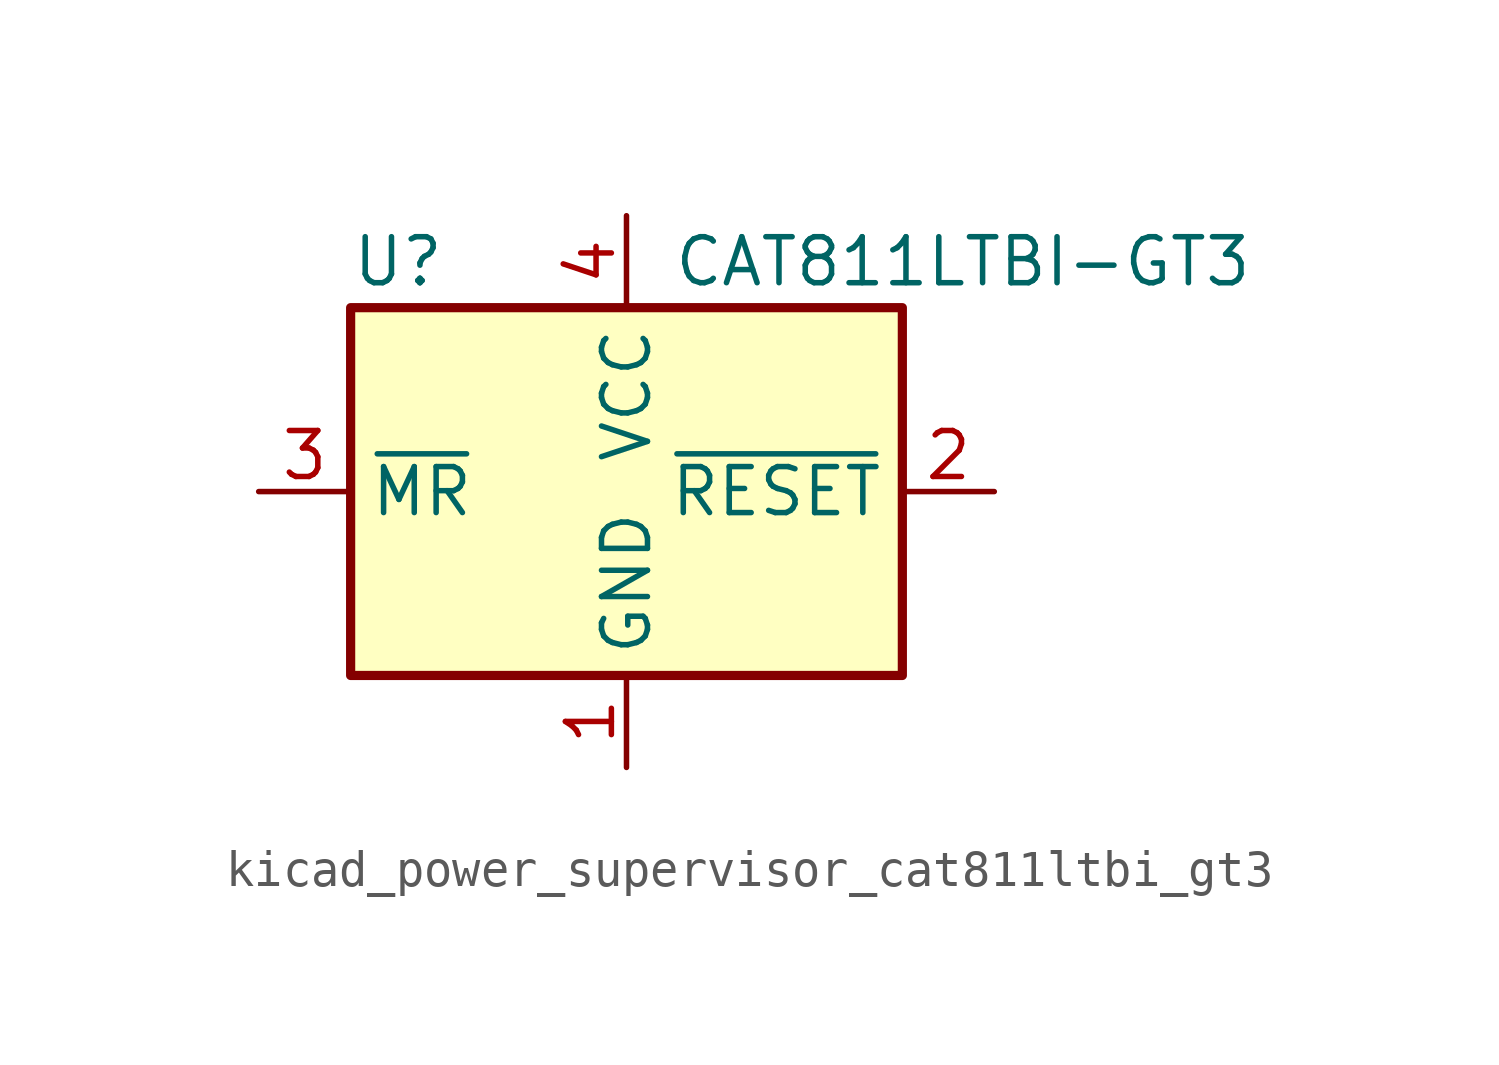
<source format=kicad_sym>
(kicad_symbol_lib
  (version 20220914)
  (generator kicad_symbol_editor)
  (symbol "kicad_power_supervisor_cat811ltbi_gt3"
    (property "Reference" "U"
      (at -7.62 6.35 0)
      (effects (font (size 1.27 1.27)) (justify left)))
    (property "Value" "CAT811LTBI-GT3"
      (at 1.27 6.35 0)
      (effects (font (size 1.27 1.27)) (justify left)))
    (symbol "kicad_power_supervisor_cat811ltbi_gt3_0_1"
      (rectangle (start -7.62 5.08) (end 7.62 -5.08) (stroke (width 0.254) (type default)) (fill (type background))))
    (symbol "kicad_power_supervisor_cat811ltbi_gt3_1_1"
      (pin power_in line (at 0 -7.62 90) (length 2.54) (name "GND" (effects (font (size 1.27 1.27)))) (number "1" (effects (font (size 1.27 1.27)))))
      (pin output line (at 10.16 0 180) (length 2.54) (name "~{RESET}" (effects (font (size 1.27 1.27)))) (number "2" (effects (font (size 1.27 1.27)))))
      (pin input line (at -10.16 0 0) (length 2.54) (name "~{MR}" (effects (font (size 1.27 1.27)))) (number "3" (effects (font (size 1.27 1.27)))))
      (pin power_in line (at 0 7.62 270) (length 2.54) (name "VCC" (effects (font (size 1.27 1.27)))) (number "4" (effects (font (size 1.27 1.27))))))))
</source>
